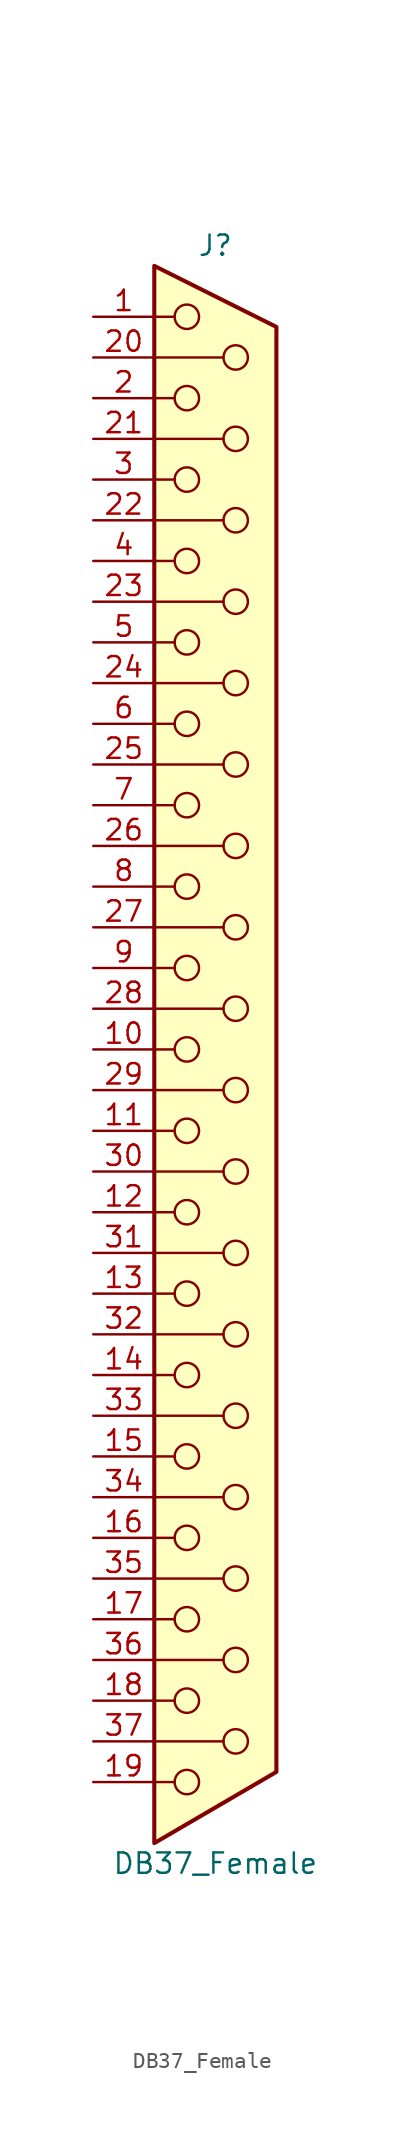
<source format=kicad_sym>
(kicad_symbol_lib
  (version 20211014)
  (generator kicad_symbol_editor)
  (symbol "DB37_Female"
    (pin_names
      (offset 1.016) hide)
    (property "Reference" "J"
      (at 0 50.165 0)
      (effects (font (size 1.27 1.27))))
    (property "Value" "DB37_Female"
      (at 0 -50.8 0)
      (effects (font (size 1.27 1.27))))
    (symbol "DB37_Female_0_1"
      (circle (center -1.778 -45.72) (radius 0.762) (stroke (width 0) (type default) (color 0 0 0 0)) (fill (type none)))
      (circle (center -1.778 -40.64) (radius 0.762) (stroke (width 0) (type default) (color 0 0 0 0)) (fill (type none)))
      (circle (center -1.778 -35.56) (radius 0.762) (stroke (width 0) (type default) (color 0 0 0 0)) (fill (type none)))
      (circle (center -1.778 -30.48) (radius 0.762) (stroke (width 0) (type default) (color 0 0 0 0)) (fill (type none)))
      (circle (center -1.778 -25.4) (radius 0.762) (stroke (width 0) (type default) (color 0 0 0 0)) (fill (type none)))
      (circle (center -1.778 -20.32) (radius 0.762) (stroke (width 0) (type default) (color 0 0 0 0)) (fill (type none)))
      (circle (center -1.778 -15.24) (radius 0.762) (stroke (width 0) (type default) (color 0 0 0 0)) (fill (type none)))
      (circle (center -1.778 -10.16) (radius 0.762) (stroke (width 0) (type default) (color 0 0 0 0)) (fill (type none)))
      (circle (center -1.778 -5.08) (radius 0.762) (stroke (width 0) (type default) (color 0 0 0 0)) (fill (type none)))
      (circle (center -1.778 0) (radius 0.762) (stroke (width 0) (type default) (color 0 0 0 0)) (fill (type none)))
      (circle (center -1.778 5.08) (radius 0.762) (stroke (width 0) (type default) (color 0 0 0 0)) (fill (type none)))
      (circle (center -1.778 10.16) (radius 0.762) (stroke (width 0) (type default) (color 0 0 0 0)) (fill (type none)))
      (circle (center -1.778 15.24) (radius 0.762) (stroke (width 0) (type default) (color 0 0 0 0)) (fill (type none)))
      (circle (center -1.778 20.32) (radius 0.762) (stroke (width 0) (type default) (color 0 0 0 0)) (fill (type none)))
      (circle (center -1.778 25.4) (radius 0.762) (stroke (width 0) (type default) (color 0 0 0 0)) (fill (type none)))
      (circle (center -1.778 30.48) (radius 0.762) (stroke (width 0) (type default) (color 0 0 0 0)) (fill (type none)))
      (circle (center -1.778 35.56) (radius 0.762) (stroke (width 0) (type default) (color 0 0 0 0)) (fill (type none)))
      (circle (center -1.778 40.64) (radius 0.762) (stroke (width 0) (type default) (color 0 0 0 0)) (fill (type none)))
      (circle (center -1.778 45.72) (radius 0.762) (stroke (width 0) (type default) (color 0 0 0 0)) (fill (type none)))
      (polyline (pts (xy -3.81 -45.72) (xy -2.54 -45.72)) (stroke (width 0) (type default) (color 0 0 0 0)) (fill (type none)))
      (polyline (pts (xy -3.81 -43.18) (xy 0.508 -43.18)) (stroke (width 0) (type default) (color 0 0 0 0)) (fill (type none)))
      (polyline (pts (xy -3.81 -40.64) (xy -2.54 -40.64)) (stroke (width 0) (type default) (color 0 0 0 0)) (fill (type none)))
      (polyline (pts (xy -3.81 -38.1) (xy 0.508 -38.1)) (stroke (width 0) (type default) (color 0 0 0 0)) (fill (type none)))
      (polyline (pts (xy -3.81 -35.56) (xy -2.54 -35.56)) (stroke (width 0) (type default) (color 0 0 0 0)) (fill (type none)))
      (polyline (pts (xy -3.81 -33.02) (xy 0.508 -33.02)) (stroke (width 0) (type default) (color 0 0 0 0)) (fill (type none)))
      (polyline (pts (xy -3.81 -30.48) (xy -2.54 -30.48)) (stroke (width 0) (type default) (color 0 0 0 0)) (fill (type none)))
      (polyline (pts (xy -3.81 -27.94) (xy 0.508 -27.94)) (stroke (width 0) (type default) (color 0 0 0 0)) (fill (type none)))
      (polyline (pts (xy -3.81 -25.4) (xy -2.54 -25.4)) (stroke (width 0) (type default) (color 0 0 0 0)) (fill (type none)))
      (polyline (pts (xy -3.81 -22.86) (xy 0.508 -22.86)) (stroke (width 0) (type default) (color 0 0 0 0)) (fill (type none)))
      (polyline (pts (xy -3.81 -20.32) (xy -2.54 -20.32)) (stroke (width 0) (type default) (color 0 0 0 0)) (fill (type none)))
      (polyline (pts (xy -3.81 -17.78) (xy 0.508 -17.78)) (stroke (width 0) (type default) (color 0 0 0 0)) (fill (type none)))
      (polyline (pts (xy -3.81 -15.24) (xy -2.54 -15.24)) (stroke (width 0) (type default) (color 0 0 0 0)) (fill (type none)))
      (polyline (pts (xy -3.81 -12.7) (xy 0.508 -12.7)) (stroke (width 0) (type default) (color 0 0 0 0)) (fill (type none)))
      (polyline (pts (xy -3.81 -10.16) (xy -2.54 -10.16)) (stroke (width 0) (type default) (color 0 0 0 0)) (fill (type none)))
      (polyline (pts (xy -3.81 -7.62) (xy 0.508 -7.62)) (stroke (width 0) (type default) (color 0 0 0 0)) (fill (type none)))
      (polyline (pts (xy -3.81 -5.08) (xy -2.54 -5.08)) (stroke (width 0) (type default) (color 0 0 0 0)) (fill (type none)))
      (polyline (pts (xy -3.81 -2.54) (xy 0.508 -2.54)) (stroke (width 0) (type default) (color 0 0 0 0)) (fill (type none)))
      (polyline (pts (xy -3.81 0) (xy -2.54 0)) (stroke (width 0) (type default) (color 0 0 0 0)) (fill (type none)))
      (polyline (pts (xy -3.81 2.54) (xy 0.508 2.54)) (stroke (width 0) (type default) (color 0 0 0 0)) (fill (type none)))
      (polyline (pts (xy -3.81 5.08) (xy -2.54 5.08)) (stroke (width 0) (type default) (color 0 0 0 0)) (fill (type none)))
      (polyline (pts (xy -3.81 7.62) (xy 0.508 7.62)) (stroke (width 0) (type default) (color 0 0 0 0)) (fill (type none)))
      (polyline (pts (xy -3.81 10.16) (xy -2.54 10.16)) (stroke (width 0) (type default) (color 0 0 0 0)) (fill (type none)))
      (polyline (pts (xy -3.81 12.7) (xy 0.508 12.7)) (stroke (width 0) (type default) (color 0 0 0 0)) (fill (type none)))
      (polyline (pts (xy -3.81 15.24) (xy -2.54 15.24)) (stroke (width 0) (type default) (color 0 0 0 0)) (fill (type none)))
      (polyline (pts (xy -3.81 17.78) (xy 0.508 17.78)) (stroke (width 0) (type default) (color 0 0 0 0)) (fill (type none)))
      (polyline (pts (xy -3.81 20.32) (xy -2.54 20.32)) (stroke (width 0) (type default) (color 0 0 0 0)) (fill (type none)))
      (polyline (pts (xy -3.81 22.86) (xy 0.508 22.86)) (stroke (width 0) (type default) (color 0 0 0 0)) (fill (type none)))
      (polyline (pts (xy -3.81 25.4) (xy -2.54 25.4)) (stroke (width 0) (type default) (color 0 0 0 0)) (fill (type none)))
      (polyline (pts (xy -3.81 27.94) (xy 0.508 27.94)) (stroke (width 0) (type default) (color 0 0 0 0)) (fill (type none)))
      (polyline (pts (xy -3.81 30.48) (xy -2.54 30.48)) (stroke (width 0) (type default) (color 0 0 0 0)) (fill (type none)))
      (polyline (pts (xy -3.81 33.02) (xy 0.508 33.02)) (stroke (width 0) (type default) (color 0 0 0 0)) (fill (type none)))
      (polyline (pts (xy -3.81 35.56) (xy -2.54 35.56)) (stroke (width 0) (type default) (color 0 0 0 0)) (fill (type none)))
      (polyline (pts (xy -3.81 38.1) (xy 0.508 38.1)) (stroke (width 0) (type default) (color 0 0 0 0)) (fill (type none)))
      (polyline (pts (xy -3.81 40.64) (xy -2.54 40.64)) (stroke (width 0) (type default) (color 0 0 0 0)) (fill (type none)))
      (polyline (pts (xy -3.81 43.18) (xy 0.508 43.18)) (stroke (width 0) (type default) (color 0 0 0 0)) (fill (type none)))
      (polyline (pts (xy -3.81 45.72) (xy -2.54 45.72)) (stroke (width 0) (type default) (color 0 0 0 0)) (fill (type none)))
      (polyline (pts (xy -3.81 -49.53) (xy 3.81 -45.085) (xy 3.81 45.085) (xy -3.81 48.895) (xy -3.81 -49.53)) (stroke (width 0.254) (type default) (color 0 0 0 0)) (fill (type background)))
      (circle (center 1.27 -43.18) (radius 0.762) (stroke (width 0) (type default) (color 0 0 0 0)) (fill (type none)))
      (circle (center 1.27 -38.1) (radius 0.762) (stroke (width 0) (type default) (color 0 0 0 0)) (fill (type none)))
      (circle (center 1.27 -33.02) (radius 0.762) (stroke (width 0) (type default) (color 0 0 0 0)) (fill (type none)))
      (circle (center 1.27 -27.94) (radius 0.762) (stroke (width 0) (type default) (color 0 0 0 0)) (fill (type none)))
      (circle (center 1.27 -22.86) (radius 0.762) (stroke (width 0) (type default) (color 0 0 0 0)) (fill (type none)))
      (circle (center 1.27 -17.78) (radius 0.762) (stroke (width 0) (type default) (color 0 0 0 0)) (fill (type none)))
      (circle (center 1.27 -12.7) (radius 0.762) (stroke (width 0) (type default) (color 0 0 0 0)) (fill (type none)))
      (circle (center 1.27 -7.62) (radius 0.762) (stroke (width 0) (type default) (color 0 0 0 0)) (fill (type none)))
      (circle (center 1.27 -2.54) (radius 0.762) (stroke (width 0) (type default) (color 0 0 0 0)) (fill (type none)))
      (circle (center 1.27 2.54) (radius 0.762) (stroke (width 0) (type default) (color 0 0 0 0)) (fill (type none)))
      (circle (center 1.27 7.62) (radius 0.762) (stroke (width 0) (type default) (color 0 0 0 0)) (fill (type none)))
      (circle (center 1.27 12.7) (radius 0.762) (stroke (width 0) (type default) (color 0 0 0 0)) (fill (type none)))
      (circle (center 1.27 17.78) (radius 0.762) (stroke (width 0) (type default) (color 0 0 0 0)) (fill (type none)))
      (circle (center 1.27 22.86) (radius 0.762) (stroke (width 0) (type default) (color 0 0 0 0)) (fill (type none)))
      (circle (center 1.27 27.94) (radius 0.762) (stroke (width 0) (type default) (color 0 0 0 0)) (fill (type none)))
      (circle (center 1.27 33.02) (radius 0.762) (stroke (width 0) (type default) (color 0 0 0 0)) (fill (type none)))
      (circle (center 1.27 38.1) (radius 0.762) (stroke (width 0) (type default) (color 0 0 0 0)) (fill (type none)))
      (circle (center 1.27 43.18) (radius 0.762) (stroke (width 0) (type default) (color 0 0 0 0)) (fill (type none))))
    (symbol "DB37_Female_1_1"
      (pin passive line (at -7.62 45.72 0) (length 3.81) (name "1" (effects (font (size 1.27 1.27)))) (number "1" (effects (font (size 1.27 1.27)))))
      (pin passive line (at -7.62 0 0) (length 3.81) (name "10" (effects (font (size 1.27 1.27)))) (number "10" (effects (font (size 1.27 1.27)))))
      (pin passive line (at -7.62 -5.08 0) (length 3.81) (name "11" (effects (font (size 1.27 1.27)))) (number "11" (effects (font (size 1.27 1.27)))))
      (pin passive line (at -7.62 -10.16 0) (length 3.81) (name "12" (effects (font (size 1.27 1.27)))) (number "12" (effects (font (size 1.27 1.27)))))
      (pin passive line (at -7.62 -15.24 0) (length 3.81) (name "13" (effects (font (size 1.27 1.27)))) (number "13" (effects (font (size 1.27 1.27)))))
      (pin passive line (at -7.62 -20.32 0) (length 3.81) (name "14" (effects (font (size 1.27 1.27)))) (number "14" (effects (font (size 1.27 1.27)))))
      (pin passive line (at -7.62 -25.4 0) (length 3.81) (name "15" (effects (font (size 1.27 1.27)))) (number "15" (effects (font (size 1.27 1.27)))))
      (pin passive line (at -7.62 -30.48 0) (length 3.81) (name "16" (effects (font (size 1.27 1.27)))) (number "16" (effects (font (size 1.27 1.27)))))
      (pin passive line (at -7.62 -35.56 0) (length 3.81) (name "17" (effects (font (size 1.27 1.27)))) (number "17" (effects (font (size 1.27 1.27)))))
      (pin passive line (at -7.62 -40.64 0) (length 3.81) (name "18" (effects (font (size 1.27 1.27)))) (number "18" (effects (font (size 1.27 1.27)))))
      (pin passive line (at -7.62 -45.72 0) (length 3.81) (name "19" (effects (font (size 1.27 1.27)))) (number "19" (effects (font (size 1.27 1.27)))))
      (pin passive line (at -7.62 40.64 0) (length 3.81) (name "2" (effects (font (size 1.27 1.27)))) (number "2" (effects (font (size 1.27 1.27)))))
      (pin passive line (at -7.62 43.18 0) (length 3.81) (name "20" (effects (font (size 1.27 1.27)))) (number "20" (effects (font (size 1.27 1.27)))))
      (pin passive line (at -7.62 38.1 0) (length 3.81) (name "21" (effects (font (size 1.27 1.27)))) (number "21" (effects (font (size 1.27 1.27)))))
      (pin passive line (at -7.62 33.02 0) (length 3.81) (name "22" (effects (font (size 1.27 1.27)))) (number "22" (effects (font (size 1.27 1.27)))))
      (pin passive line (at -7.62 27.94 0) (length 3.81) (name "23" (effects (font (size 1.27 1.27)))) (number "23" (effects (font (size 1.27 1.27)))))
      (pin passive line (at -7.62 22.86 0) (length 3.81) (name "24" (effects (font (size 1.27 1.27)))) (number "24" (effects (font (size 1.27 1.27)))))
      (pin passive line (at -7.62 17.78 0) (length 3.81) (name "25" (effects (font (size 1.27 1.27)))) (number "25" (effects (font (size 1.27 1.27)))))
      (pin passive line (at -7.62 12.7 0) (length 3.81) (name "26" (effects (font (size 1.27 1.27)))) (number "26" (effects (font (size 1.27 1.27)))))
      (pin passive line (at -7.62 7.62 0) (length 3.81) (name "27" (effects (font (size 1.27 1.27)))) (number "27" (effects (font (size 1.27 1.27)))))
      (pin passive line (at -7.62 2.54 0) (length 3.81) (name "28" (effects (font (size 1.27 1.27)))) (number "28" (effects (font (size 1.27 1.27)))))
      (pin passive line (at -7.62 -2.54 0) (length 3.81) (name "29" (effects (font (size 1.27 1.27)))) (number "29" (effects (font (size 1.27 1.27)))))
      (pin passive line (at -7.62 35.56 0) (length 3.81) (name "3" (effects (font (size 1.27 1.27)))) (number "3" (effects (font (size 1.27 1.27)))))
      (pin passive line (at -7.62 -7.62 0) (length 3.81) (name "30" (effects (font (size 1.27 1.27)))) (number "30" (effects (font (size 1.27 1.27)))))
      (pin passive line (at -7.62 -12.7 0) (length 3.81) (name "31" (effects (font (size 1.27 1.27)))) (number "31" (effects (font (size 1.27 1.27)))))
      (pin passive line (at -7.62 -17.78 0) (length 3.81) (name "32" (effects (font (size 1.27 1.27)))) (number "32" (effects (font (size 1.27 1.27)))))
      (pin passive line (at -7.62 -22.86 0) (length 3.81) (name "33" (effects (font (size 1.27 1.27)))) (number "33" (effects (font (size 1.27 1.27)))))
      (pin passive line (at -7.62 -27.94 0) (length 3.81) (name "34" (effects (font (size 1.27 1.27)))) (number "34" (effects (font (size 1.27 1.27)))))
      (pin passive line (at -7.62 -33.02 0) (length 3.81) (name "35" (effects (font (size 1.27 1.27)))) (number "35" (effects (font (size 1.27 1.27)))))
      (pin passive line (at -7.62 -38.1 0) (length 3.81) (name "36" (effects (font (size 1.27 1.27)))) (number "36" (effects (font (size 1.27 1.27)))))
      (pin passive line (at -7.62 -43.18 0) (length 3.81) (name "37" (effects (font (size 1.27 1.27)))) (number "37" (effects (font (size 1.27 1.27)))))
      (pin passive line (at -7.62 30.48 0) (length 3.81) (name "4" (effects (font (size 1.27 1.27)))) (number "4" (effects (font (size 1.27 1.27)))))
      (pin passive line (at -7.62 25.4 0) (length 3.81) (name "5" (effects (font (size 1.27 1.27)))) (number "5" (effects (font (size 1.27 1.27)))))
      (pin passive line (at -7.62 20.32 0) (length 3.81) (name "6" (effects (font (size 1.27 1.27)))) (number "6" (effects (font (size 1.27 1.27)))))
      (pin passive line (at -7.62 15.24 0) (length 3.81) (name "7" (effects (font (size 1.27 1.27)))) (number "7" (effects (font (size 1.27 1.27)))))
      (pin passive line (at -7.62 10.16 0) (length 3.81) (name "8" (effects (font (size 1.27 1.27)))) (number "8" (effects (font (size 1.27 1.27)))))
      (pin passive line (at -7.62 5.08 0) (length 3.81) (name "9" (effects (font (size 1.27 1.27)))) (number "9" (effects (font (size 1.27 1.27))))))))
</source>
